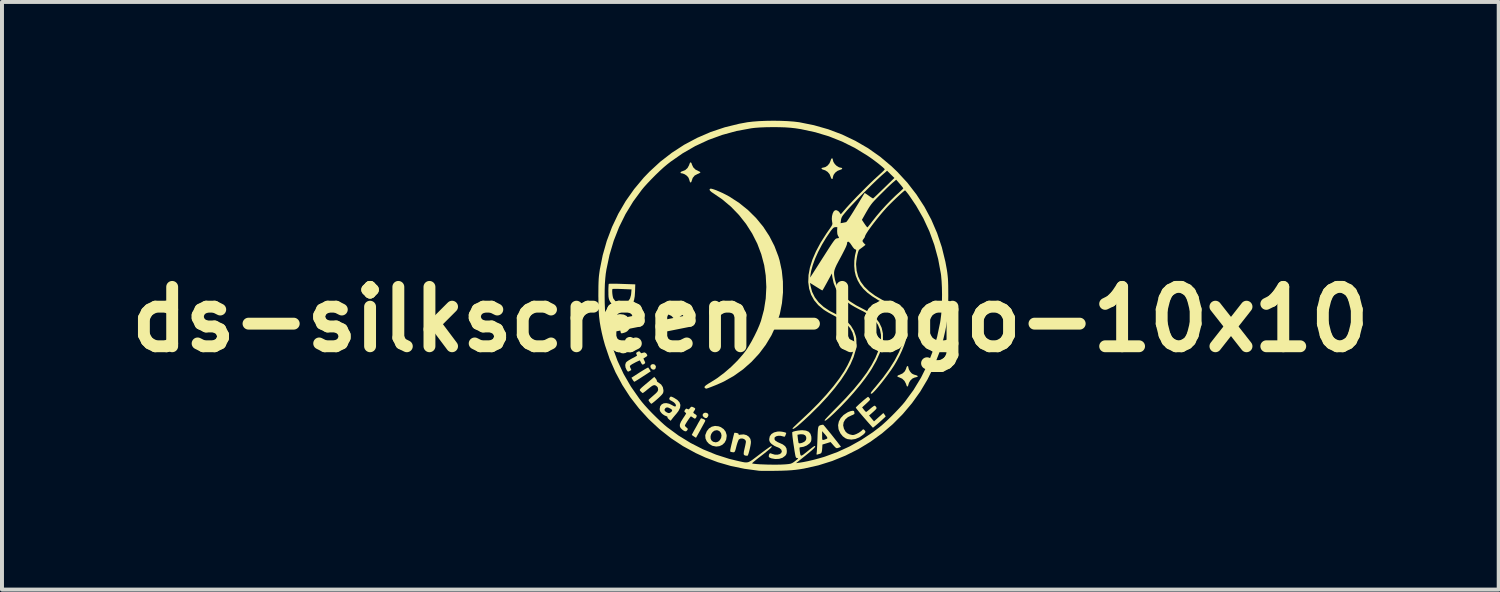
<source format=kicad_pcb>
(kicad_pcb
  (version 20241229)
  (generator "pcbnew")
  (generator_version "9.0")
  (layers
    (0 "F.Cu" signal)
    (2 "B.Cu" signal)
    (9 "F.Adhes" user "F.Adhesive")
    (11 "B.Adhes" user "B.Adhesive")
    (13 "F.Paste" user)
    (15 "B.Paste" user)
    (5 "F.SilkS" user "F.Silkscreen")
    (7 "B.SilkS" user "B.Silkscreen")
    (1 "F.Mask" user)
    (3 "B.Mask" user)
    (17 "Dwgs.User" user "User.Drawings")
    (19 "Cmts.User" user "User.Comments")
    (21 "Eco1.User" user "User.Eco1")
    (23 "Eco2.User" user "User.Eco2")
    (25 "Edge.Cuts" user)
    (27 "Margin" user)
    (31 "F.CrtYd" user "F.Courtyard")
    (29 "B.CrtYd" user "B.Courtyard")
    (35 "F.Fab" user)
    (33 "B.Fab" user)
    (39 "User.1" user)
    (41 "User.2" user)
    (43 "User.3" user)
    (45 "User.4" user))
  (footprint "ds-silkscreen-logo-10x10"
    (layer "F.Cu")
    (at 15.907 5.02)
    (property "Reference" "ds-silkscreen-logo-10x10" (at 0 0 0) (layer "F.SilkS") (effects (font (size 1.5 1.5) (thickness 0.3))))
    (attr board_only exclude_from_pos_files exclude_from_bom)
    (fp_poly (pts (xy -2.413 1.143) (xy -2.389 1.179) (xy -2.386 1.201) (xy -2.398 1.244) (xy -2.428 1.268) (xy -2.466 1.268) (xy -2.503 1.243) (xy -2.525 1.201) (xy -2.521 1.163) (xy -2.493 1.136) (xy -2.457 1.129)) (stroke (width 0) (type solid)) (fill yes) (layer "F.SilkS"))
    (fp_poly (pts (xy -1.11 2.359) (xy -1.07 2.381) (xy -1.058 2.417) (xy -1.074 2.46) (xy -1.102 2.49) (xy -1.134 2.493) (xy -1.174 2.472) (xy -1.202 2.439) (xy -1.204 2.403) (xy -1.185 2.374) (xy -1.149 2.357)) (stroke (width 0) (type solid)) (fill yes) (layer "F.SilkS"))
    (fp_poly (pts (xy -2.567 1.234) (xy -2.545 1.267) (xy -2.544 1.268) (xy -2.517 1.312) (xy -2.718 1.443) (xy -2.789 1.489) (xy -2.85 1.528) (xy -2.897 1.557) (xy -2.925 1.573) (xy -2.931 1.575) (xy -2.946 1.562) (xy -2.969 1.532) (xy -2.973 1.524) (xy -3.004 1.474) (xy -2.797 1.34) (xy -2.725 1.295) (xy -2.663 1.257) (xy -2.615 1.23) (xy -2.586 1.216) (xy -2.58 1.215)) (stroke (width 0) (type solid)) (fill yes) (layer "F.SilkS"))
    (fp_poly (pts (xy -1.23 2.5) (xy -1.196 2.513) (xy -1.184 2.518) (xy -1.149 2.537) (xy -1.138 2.554) (xy -1.145 2.577) (xy -1.147 2.581) (xy -1.169 2.622) (xy -1.199 2.677) (xy -1.234 2.741) (xy -1.27 2.808) (xy -1.306 2.872) (xy -1.337 2.927) (xy -1.36 2.968) (xy -1.372 2.989) (xy -1.373 2.99) (xy -1.387 2.982) (xy -1.417 2.963) (xy -1.427 2.956) (xy -1.46 2.934) (xy -1.478 2.919) (xy -1.479 2.917) (xy -1.472 2.902) (xy -1.452 2.865) (xy -1.424 2.812) (xy -1.389 2.75) (xy -1.352 2.684) (xy -1.317 2.619) (xy -1.285 2.564) (xy -1.261 2.522) (xy -1.248 2.5) (xy -1.246 2.498)) (stroke (width 0) (type solid)) (fill yes) (layer "F.SilkS"))
    (fp_poly (pts (xy -1.489 -3.952) (xy -1.474 -3.909) (xy -1.443 -3.843) (xy -1.388 -3.787) (xy -1.316 -3.75) (xy -1.28 -3.733) (xy -1.261 -3.717) (xy -1.261 -3.714) (xy -1.277 -3.7) (xy -1.313 -3.682) (xy -1.334 -3.674) (xy -1.407 -3.635) (xy -1.456 -3.575) (xy -1.477 -3.514) (xy -1.492 -3.471) (xy -1.509 -3.457) (xy -1.526 -3.473) (xy -1.535 -3.502) (xy -1.55 -3.551) (xy -1.569 -3.591) (xy -1.606 -3.631) (xy -1.657 -3.666) (xy -1.708 -3.687) (xy -1.73 -3.69) (xy -1.76 -3.697) (xy -1.765 -3.713) (xy -1.748 -3.732) (xy -1.712 -3.746) (xy -1.71 -3.747) (xy -1.642 -3.775) (xy -1.586 -3.827) (xy -1.548 -3.896) (xy -1.543 -3.911) (xy -1.526 -3.956) (xy -1.507 -3.97)) (stroke (width 0) (type solid)) (fill yes) (layer "F.SilkS"))
    (fp_poly (pts (xy 2.077 -4.065) (xy 2.084 -4.036) (xy 2.098 -3.981) (xy 2.134 -3.925) (xy 2.184 -3.876) (xy 2.241 -3.843) (xy 2.286 -3.833) (xy 2.316 -3.826) (xy 2.321 -3.81) (xy 2.303 -3.791) (xy 2.268 -3.779) (xy 2.202 -3.753) (xy 2.144 -3.708) (xy 2.102 -3.65) (xy 2.084 -3.588) (xy 2.084 -3.579) (xy 2.077 -3.551) (xy 2.061 -3.547) (xy 2.043 -3.565) (xy 2.029 -3.601) (xy 2.028 -3.605) (xy 2.002 -3.669) (xy 1.954 -3.726) (xy 1.893 -3.766) (xy 1.856 -3.778) (xy 1.818 -3.791) (xy 1.799 -3.809) (xy 1.8 -3.825) (xy 1.826 -3.833) (xy 1.83 -3.833) (xy 1.892 -3.848) (xy 1.951 -3.886) (xy 1.998 -3.942) (xy 2.027 -4.008) (xy 2.029 -4.018) (xy 2.043 -4.054) (xy 2.061 -4.071)) (stroke (width 0) (type solid)) (fill yes) (layer "F.SilkS"))
    (fp_poly (pts (xy 3.985 1.182) (xy 3.992 1.21) (xy 3.992 1.213) (xy 4.004 1.26) (xy 4.033 1.313) (xy 4.071 1.358) (xy 4.091 1.373) (xy 4.133 1.394) (xy 4.179 1.407) (xy 4.217 1.421) (xy 4.231 1.437) (xy 4.218 1.452) (xy 4.211 1.454) (xy 4.181 1.462) (xy 4.145 1.471) (xy 4.092 1.496) (xy 4.043 1.543) (xy 4.009 1.6) (xy 3.999 1.632) (xy 3.986 1.675) (xy 3.971 1.697) (xy 3.957 1.692) (xy 3.956 1.69) (xy 3.946 1.668) (xy 3.933 1.629) (xy 3.93 1.621) (xy 3.893 1.552) (xy 3.835 1.497) (xy 3.771 1.468) (xy 3.726 1.451) (xy 3.712 1.433) (xy 3.731 1.414) (xy 3.771 1.399) (xy 3.844 1.366) (xy 3.901 1.313) (xy 3.934 1.248) (xy 3.937 1.235) (xy 3.95 1.197) (xy 3.968 1.178)) (stroke (width 0) (type solid)) (fill yes) (layer "F.SilkS"))
    (fp_poly (pts (xy -0.804 2.7) (xy -0.754 2.718) (xy -0.676 2.769) (xy -0.624 2.837) (xy -0.599 2.919) (xy -0.598 2.95) (xy -0.611 3.039) (xy -0.65 3.113) (xy -0.708 3.168) (xy -0.781 3.202) (xy -0.864 3.212) (xy -0.953 3.194) (xy -0.97 3.187) (xy -1.045 3.142) (xy -1.101 3.08) (xy -1.133 3.009) (xy -1.138 2.949) (xy -1.005 2.949) (xy -1.004 3.005) (xy -0.985 3.053) (xy -0.944 3.089) (xy -0.936 3.092) (xy -0.872 3.106) (xy -0.815 3.089) (xy -0.771 3.051) (xy -0.738 2.993) (xy -0.728 2.932) (xy -0.74 2.876) (xy -0.771 2.831) (xy -0.818 2.804) (xy -0.853 2.799) (xy -0.91 2.812) (xy -0.955 2.846) (xy -0.988 2.894) (xy -1.005 2.949) (xy -1.138 2.949) (xy -1.139 2.935) (xy -1.136 2.915) (xy -1.1 2.824) (xy -1.045 2.755) (xy -0.975 2.71) (xy -0.893 2.691)) (stroke (width 0) (type solid)) (fill yes) (layer "F.SilkS"))
    (fp_poly (pts (xy -1.864 -0.4) (xy -1.846 -0.364) (xy -1.843 -0.35) (xy -1.822 -0.302) (xy -1.785 -0.253) (xy -1.739 -0.214) (xy -1.694 -0.193) (xy -1.68 -0.191) (xy -1.649 -0.184) (xy -1.623 -0.167) (xy -1.611 -0.149) (xy -1.618 -0.139) (xy -1.641 -0.131) (xy -1.68 -0.122) (xy -1.687 -0.121) (xy -1.75 -0.095) (xy -1.803 -0.046) (xy -1.837 0.016) (xy -1.843 0.042) (xy -1.856 0.083) (xy -1.873 0.106) (xy -1.89 0.108) (xy -1.899 0.093) (xy -1.907 0.062) (xy -1.916 0.024) (xy -1.945 -0.039) (xy -1.996 -0.09) (xy -2.059 -0.119) (xy -2.071 -0.122) (xy -2.113 -0.132) (xy -2.139 -0.144) (xy -2.142 -0.147) (xy -2.139 -0.167) (xy -2.114 -0.183) (xy -2.073 -0.191) (xy -2.07 -0.191) (xy -2.028 -0.204) (xy -1.983 -0.238) (xy -1.943 -0.284) (xy -1.916 -0.332) (xy -1.909 -0.365) (xy -1.901 -0.402) (xy -1.884 -0.413)) (stroke (width 0) (type solid)) (fill yes) (layer "F.SilkS"))
    (fp_poly (pts (xy 2.616 2.313) (xy 2.624 2.329) (xy 2.63 2.365) (xy 2.632 2.373) (xy 2.624 2.392) (xy 2.584 2.414) (xy 2.561 2.422) (xy 2.466 2.468) (xy 2.398 2.528) (xy 2.357 2.598) (xy 2.345 2.676) (xy 2.364 2.76) (xy 2.404 2.833) (xy 2.448 2.875) (xy 2.51 2.905) (xy 2.576 2.92) (xy 2.615 2.918) (xy 2.675 2.897) (xy 2.741 2.863) (xy 2.799 2.822) (xy 2.822 2.801) (xy 2.845 2.778) (xy 2.863 2.779) (xy 2.881 2.794) (xy 2.905 2.822) (xy 2.906 2.85) (xy 2.882 2.883) (xy 2.852 2.911) (xy 2.756 2.979) (xy 2.655 3.021) (xy 2.553 3.036) (xy 2.456 3.024) (xy 2.405 3.004) (xy 2.336 2.954) (xy 2.277 2.881) (xy 2.235 2.794) (xy 2.227 2.768) (xy 2.217 2.672) (xy 2.236 2.579) (xy 2.283 2.492) (xy 2.356 2.414) (xy 2.453 2.35) (xy 2.477 2.338) (xy 2.536 2.316) (xy 2.584 2.307)) (stroke (width 0) (type solid)) (fill yes) (layer "F.SilkS"))
    (fp_poly (pts (xy -2.963 0.467) (xy -2.914 0.516) (xy -2.879 0.583) (xy -2.863 0.659) (xy -2.863 0.673) (xy -2.865 0.712) (xy -2.877 0.728) (xy -2.906 0.732) (xy -2.908 0.732) (xy -2.938 0.728) (xy -2.953 0.713) (xy -2.962 0.676) (xy -2.963 0.666) (xy -2.979 0.603) (xy -3.003 0.568) (xy -3.029 0.561) (xy -3.052 0.582) (xy -3.067 0.63) (xy -3.07 0.671) (xy -3.079 0.755) (xy -3.107 0.814) (xy -3.154 0.848) (xy -3.214 0.858) (xy -3.268 0.849) (xy -3.312 0.815) (xy -3.362 0.745) (xy -3.395 0.663) (xy -3.404 0.597) (xy -3.401 0.559) (xy -3.388 0.544) (xy -3.354 0.541) (xy -3.352 0.541) (xy -3.318 0.543) (xy -3.303 0.557) (xy -3.298 0.591) (xy -3.298 0.601) (xy -3.289 0.668) (xy -3.267 0.711) (xy -3.235 0.729) (xy -3.224 0.729) (xy -3.204 0.722) (xy -3.191 0.703) (xy -3.184 0.664) (xy -3.18 0.628) (xy -3.172 0.57) (xy -3.16 0.52) (xy -3.151 0.497) (xy -3.119 0.465) (xy -3.07 0.445) (xy -3.022 0.443)) (stroke (width 0) (type solid)) (fill yes) (layer "F.SilkS"))
    (fp_poly (pts (xy -3.445 -0.902) (xy -3.361 -0.901) (xy -3.264 -0.898) (xy -3.237 -0.897) (xy -2.907 -0.886) (xy -2.913 -0.701) (xy -2.921 -0.583) (xy -2.938 -0.491) (xy -2.965 -0.42) (xy -3.004 -0.365) (xy -3.055 -0.324) (xy -3.127 -0.291) (xy -3.215 -0.276) (xy -3.303 -0.278) (xy -3.363 -0.293) (xy -3.442 -0.331) (xy -3.5 -0.382) (xy -3.547 -0.455) (xy -3.565 -0.493) (xy -3.576 -0.529) (xy -3.583 -0.572) (xy -3.586 -0.63) (xy -3.586 -0.701) (xy -3.49 -0.701) (xy -3.486 -0.646) (xy -3.478 -0.59) (xy -3.467 -0.544) (xy -3.46 -0.527) (xy -3.411 -0.464) (xy -3.344 -0.424) (xy -3.263 -0.408) (xy -3.174 -0.418) (xy -3.129 -0.432) (xy -3.078 -0.469) (xy -3.039 -0.531) (xy -3.015 -0.616) (xy -3.01 -0.659) (xy -3.002 -0.758) (xy -3.238 -0.768) (xy -3.322 -0.771) (xy -3.393 -0.772) (xy -3.447 -0.772) (xy -3.478 -0.77) (xy -3.483 -0.769) (xy -3.489 -0.745) (xy -3.49 -0.701) (xy -3.586 -0.701) (xy -3.587 -0.71) (xy -3.586 -0.782) (xy -3.583 -0.842) (xy -3.58 -0.883) (xy -3.576 -0.898) (xy -3.558 -0.901) (xy -3.513 -0.902)) (stroke (width 0) (type solid)) (fill yes) (layer "F.SilkS"))
    (fp_poly (pts (xy -1.451 2.215) (xy -1.408 2.236) (xy -1.392 2.256) (xy -1.401 2.284) (xy -1.416 2.307) (xy -1.437 2.338) (xy -1.44 2.359) (xy -1.422 2.377) (xy -1.38 2.403) (xy -1.355 2.428) (xy -1.36 2.463) (xy -1.375 2.487) (xy -1.392 2.505) (xy -1.408 2.506) (xy -1.437 2.489) (xy -1.445 2.483) (xy -1.478 2.461) (xy -1.499 2.45) (xy -1.501 2.449) (xy -1.515 2.462) (xy -1.539 2.494) (xy -1.57 2.538) (xy -1.602 2.587) (xy -1.63 2.633) (xy -1.649 2.667) (xy -1.654 2.682) (xy -1.642 2.704) (xy -1.614 2.73) (xy -1.612 2.732) (xy -1.585 2.755) (xy -1.581 2.775) (xy -1.592 2.796) (xy -1.618 2.824) (xy -1.649 2.827) (xy -1.691 2.806) (xy -1.722 2.782) (xy -1.763 2.741) (xy -1.782 2.697) (xy -1.779 2.647) (xy -1.753 2.585) (xy -1.705 2.507) (xy -1.702 2.502) (xy -1.666 2.449) (xy -1.639 2.406) (xy -1.624 2.38) (xy -1.622 2.375) (xy -1.634 2.359) (xy -1.649 2.346) (xy -1.666 2.33) (xy -1.665 2.312) (xy -1.649 2.284) (xy -1.627 2.257) (xy -1.607 2.254) (xy -1.589 2.263) (xy -1.564 2.273) (xy -1.544 2.263) (xy -1.525 2.239) (xy -1.5 2.211) (xy -1.477 2.205)) (stroke (width 0) (type solid)) (fill yes) (layer "F.SilkS"))
    (fp_poly (pts (xy -2.389 1.497) (xy -2.367 1.53) (xy -2.36 1.555) (xy -2.361 1.557) (xy -2.354 1.573) (xy -2.326 1.593) (xy -2.315 1.599) (xy -2.253 1.645) (xy -2.211 1.711) (xy -2.195 1.79) (xy -2.195 1.796) (xy -2.198 1.836) (xy -2.21 1.868) (xy -2.237 1.903) (xy -2.27 1.937) (xy -2.318 1.983) (xy -2.371 2.03) (xy -2.421 2.073) (xy -2.464 2.107) (xy -2.493 2.128) (xy -2.502 2.131) (xy -2.517 2.12) (xy -2.541 2.093) (xy -2.544 2.089) (xy -2.565 2.057) (xy -2.573 2.037) (xy -2.573 2.036) (xy -2.56 2.022) (xy -2.528 1.992) (xy -2.483 1.952) (xy -2.449 1.922) (xy -2.393 1.873) (xy -2.358 1.837) (xy -2.339 1.809) (xy -2.331 1.783) (xy -2.33 1.766) (xy -2.34 1.716) (xy -2.372 1.682) (xy -2.401 1.665) (xy -2.43 1.66) (xy -2.465 1.671) (xy -2.509 1.699) (xy -2.57 1.747) (xy -2.594 1.766) (xy -2.644 1.808) (xy -2.686 1.84) (xy -2.713 1.858) (xy -2.718 1.861) (xy -2.736 1.85) (xy -2.764 1.825) (xy -2.768 1.821) (xy -2.783 1.805) (xy -2.792 1.792) (xy -2.793 1.778) (xy -2.782 1.76) (xy -2.758 1.734) (xy -2.717 1.697) (xy -2.657 1.646) (xy -2.585 1.586) (xy -2.427 1.452)) (stroke (width 0) (type solid)) (fill yes) (layer "F.SilkS"))
    (fp_poly (pts (xy 0.776 2.834) (xy 0.827 2.842) (xy 0.872 2.853) (xy 0.901 2.864) (xy 0.907 2.87) (xy 0.902 2.886) (xy 0.891 2.92) (xy 0.889 2.923) (xy 0.875 2.956) (xy 0.857 2.964) (xy 0.831 2.957) (xy 0.767 2.941) (xy 0.704 2.94) (xy 0.652 2.953) (xy 0.618 2.978) (xy 0.612 2.99) (xy 0.611 3.031) (xy 0.637 3.068) (xy 0.692 3.101) (xy 0.732 3.118) (xy 0.82 3.158) (xy 0.879 3.203) (xy 0.912 3.257) (xy 0.922 3.323) (xy 0.922 3.324) (xy 0.918 3.379) (xy 0.901 3.42) (xy 0.878 3.448) (xy 0.812 3.496) (xy 0.727 3.523) (xy 0.629 3.527) (xy 0.536 3.511) (xy 0.485 3.491) (xy 0.464 3.462) (xy 0.471 3.42) (xy 0.474 3.411) (xy 0.488 3.387) (xy 0.504 3.381) (xy 0.536 3.391) (xy 0.548 3.396) (xy 0.616 3.416) (xy 0.682 3.418) (xy 0.738 3.405) (xy 0.778 3.378) (xy 0.795 3.339) (xy 0.795 3.334) (xy 0.782 3.291) (xy 0.741 3.254) (xy 0.67 3.222) (xy 0.662 3.219) (xy 0.603 3.192) (xy 0.547 3.154) (xy 0.532 3.142) (xy 0.496 3.102) (xy 0.48 3.063) (xy 0.477 3.026) (xy 0.491 2.954) (xy 0.532 2.896) (xy 0.596 2.856) (xy 0.68 2.834) (xy 0.729 2.831)) (stroke (width 0) (type solid)) (fill yes) (layer "F.SilkS"))
    (fp_poly (pts (xy -2.797 0.809) (xy -2.781 0.829) (xy -2.761 0.851) (xy -2.738 0.851) (xy -2.716 0.842) (xy -2.672 0.833) (xy -2.635 0.853) (xy -2.608 0.892) (xy -2.603 0.914) (xy -2.62 0.935) (xy -2.648 0.954) (xy -2.702 0.988) (xy -2.676 1.044) (xy -2.659 1.081) (xy -2.658 1.102) (xy -2.673 1.118) (xy -2.679 1.123) (xy -2.711 1.141) (xy -2.732 1.138) (xy -2.753 1.109) (xy -2.761 1.093) (xy -2.779 1.058) (xy -2.791 1.038) (xy -2.792 1.037) (xy -2.807 1.04) (xy -2.842 1.056) (xy -2.889 1.078) (xy -2.939 1.105) (xy -2.985 1.13) (xy -3.017 1.151) (xy -3.025 1.157) (xy -3.042 1.176) (xy -3.042 1.198) (xy -3.028 1.228) (xy -3.013 1.261) (xy -3.008 1.279) (xy -3.009 1.28) (xy -3.028 1.291) (xy -3.058 1.307) (xy -3.084 1.318) (xy -3.091 1.32) (xy -3.103 1.308) (xy -3.124 1.28) (xy -3.125 1.279) (xy -3.154 1.214) (xy -3.161 1.149) (xy -3.145 1.094) (xy -3.143 1.09) (xy -3.117 1.064) (xy -3.07 1.032) (xy -3.012 0.998) (xy -2.99 0.986) (xy -2.933 0.957) (xy -2.89 0.932) (xy -2.866 0.917) (xy -2.863 0.913) (xy -2.87 0.894) (xy -2.879 0.874) (xy -2.885 0.851) (xy -2.87 0.832) (xy -2.849 0.82) (xy -2.816 0.805)) (stroke (width 0) (type solid)) (fill yes) (layer "F.SilkS"))
    (fp_poly (pts (xy -1.972 1.96) (xy -1.928 1.981) (xy -1.844 2.034) (xy -1.79 2.094) (xy -1.767 2.16) (xy -1.776 2.233) (xy -1.815 2.313) (xy -1.865 2.379) (xy -1.91 2.431) (xy -1.95 2.479) (xy -1.978 2.515) (xy -1.981 2.518) (xy -2.012 2.561) (xy -2.058 2.524) (xy -2.086 2.495) (xy -2.095 2.473) (xy -2.094 2.469) (xy -2.099 2.454) (xy -2.131 2.441) (xy -2.132 2.441) (xy -2.173 2.423) (xy -2.219 2.391) (xy -2.236 2.376) (xy -2.272 2.333) (xy -2.288 2.292) (xy -2.289 2.279) (xy -2.169 2.279) (xy -2.159 2.314) (xy -2.117 2.346) (xy -2.075 2.365) (xy -2.045 2.366) (xy -2.011 2.347) (xy -2.008 2.345) (xy -1.977 2.314) (xy -1.978 2.286) (xy -2.005 2.262) (xy -2.063 2.231) (xy -2.104 2.222) (xy -2.137 2.234) (xy -2.147 2.243) (xy -2.169 2.279) (xy -2.289 2.279) (xy -2.29 2.26) (xy -2.278 2.195) (xy -2.242 2.148) (xy -2.19 2.12) (xy -2.124 2.114) (xy -2.05 2.13) (xy -1.981 2.164) (xy -1.929 2.193) (xy -1.897 2.201) (xy -1.888 2.196) (xy -1.879 2.168) (xy -1.895 2.133) (xy -1.93 2.096) (xy -1.98 2.064) (xy -2.028 2.038) (xy -2.048 2.014) (xy -2.045 1.988) (xy -2.032 1.967) (xy -2.018 1.953) (xy -2.001 1.95)) (stroke (width 0) (type solid)) (fill yes) (layer "F.SilkS"))
    (fp_poly (pts (xy -0.351 2.868) (xy -0.343 2.869) (xy -0.305 2.882) (xy -0.295 2.9) (xy -0.296 2.902) (xy -0.296 2.915) (xy -0.275 2.916) (xy -0.248 2.911) (xy -0.167 2.905) (xy -0.095 2.924) (xy -0.037 2.964) (xy 0.002 3.02) (xy 0.015 3.09) (xy 0.012 3.135) (xy 0.002 3.195) (xy -0.012 3.262) (xy -0.028 3.327) (xy -0.044 3.384) (xy -0.059 3.426) (xy -0.071 3.444) (xy -0.072 3.444) (xy -0.099 3.443) (xy -0.124 3.44) (xy -0.15 3.431) (xy -0.165 3.414) (xy -0.168 3.383) (xy -0.162 3.333) (xy -0.145 3.257) (xy -0.144 3.253) (xy -0.129 3.188) (xy -0.118 3.132) (xy -0.112 3.095) (xy -0.111 3.087) (xy -0.125 3.049) (xy -0.16 3.021) (xy -0.205 3.008) (xy -0.252 3.011) (xy -0.291 3.034) (xy -0.291 3.034) (xy -0.305 3.061) (xy -0.324 3.111) (xy -0.344 3.175) (xy -0.354 3.213) (xy -0.372 3.283) (xy -0.387 3.327) (xy -0.402 3.351) (xy -0.424 3.358) (xy -0.456 3.354) (xy -0.487 3.348) (xy -0.499 3.344) (xy -0.507 3.337) (xy -0.509 3.32) (xy -0.506 3.29) (xy -0.496 3.242) (xy -0.48 3.171) (xy -0.464 3.106) (xy -0.445 3.024) (xy -0.428 2.954) (xy -0.414 2.9) (xy -0.406 2.87) (xy -0.404 2.865) (xy -0.387 2.864)) (stroke (width 0) (type solid)) (fill yes) (layer "F.SilkS"))
    (fp_poly (pts (xy -3.196 -0.122) (xy -3.125 -0.086) (xy -3.07 -0.023) (xy -3.058 -0.000242) (xy -3.028 0.087) (xy -3.027 0.169) (xy -3.057 0.242) (xy -3.111 0.3) (xy -3.146 0.321) (xy -3.191 0.338) (xy -3.234 0.349) (xy -3.264 0.35) (xy -3.269 0.347) (xy -3.274 0.33) (xy -3.284 0.288) (xy -3.297 0.228) (xy -3.307 0.176) (xy -3.321 0.107) (xy -3.333 0.051) (xy -3.343 0.015) (xy -3.346 0.006) (xy -3.239 0.006) (xy -3.234 0.044) (xy -3.226 0.093) (xy -3.216 0.142) (xy -3.206 0.182) (xy -3.204 0.188) (xy -3.188 0.204) (xy -3.164 0.194) (xy -3.137 0.161) (xy -3.134 0.156) (xy -3.12 0.12) (xy -3.126 0.083) (xy -3.131 0.068) (xy -3.152 0.036) (xy -3.183 0.008) (xy -3.215 -0.011) (xy -3.237 -0.012) (xy -3.239 -0.011) (xy -3.239 0.006) (xy -3.346 0.006) (xy -3.347 0.004) (xy -3.361 0.009) (xy -3.388 0.031) (xy -3.395 0.037) (xy -3.428 0.092) (xy -3.435 0.162) (xy -3.414 0.242) (xy -3.412 0.249) (xy -3.394 0.294) (xy -3.391 0.319) (xy -3.403 0.335) (xy -3.428 0.347) (xy -3.454 0.357) (xy -3.471 0.35) (xy -3.487 0.324) (xy -3.499 0.298) (xy -3.534 0.19) (xy -3.539 0.093) (xy -3.515 0.006) (xy -3.512 0.000364) (xy -3.462 -0.07) (xy -3.395 -0.113) (xy -3.31 -0.132) (xy -3.286 -0.133)) (stroke (width 0) (type solid)) (fill yes) (layer "F.SilkS"))
    (fp_poly (pts (xy 1.842 2.662) (xy 1.857 2.677) (xy 1.887 2.712) (xy 1.929 2.763) (xy 1.98 2.825) (xy 2.036 2.893) (xy 2.093 2.965) (xy 2.149 3.036) (xy 2.2 3.1) (xy 2.242 3.155) (xy 2.273 3.195) (xy 2.287 3.216) (xy 2.288 3.219) (xy 2.271 3.227) (xy 2.235 3.24) (xy 2.227 3.243) (xy 2.197 3.252) (xy 2.174 3.251) (xy 2.152 3.237) (xy 2.12 3.204) (xy 2.099 3.18) (xy 2.027 3.098) (xy 1.924 3.13) (xy 1.821 3.161) (xy 1.817 3.239) (xy 1.811 3.309) (xy 1.802 3.354) (xy 1.788 3.379) (xy 1.765 3.392) (xy 1.759 3.394) (xy 1.717 3.406) (xy 1.694 3.414) (xy 1.675 3.416) (xy 1.672 3.399) (xy 1.675 3.378) (xy 1.679 3.347) (xy 1.683 3.291) (xy 1.687 3.215) (xy 1.691 3.127) (xy 1.694 3.054) (xy 1.696 3.001) (xy 1.814 3.001) (xy 1.818 3.035) (xy 1.833 3.047) (xy 1.865 3.041) (xy 1.92 3.02) (xy 1.921 3.02) (xy 1.942 3.009) (xy 1.946 2.992) (xy 1.934 2.965) (xy 1.902 2.924) (xy 1.87 2.887) (xy 1.814 2.823) (xy 1.814 2.939) (xy 1.814 3.001) (xy 1.696 3.001) (xy 1.698 2.938) (xy 1.702 2.85) (xy 1.707 2.785) (xy 1.713 2.74) (xy 1.721 2.711) (xy 1.733 2.692) (xy 1.749 2.681) (xy 1.77 2.673) (xy 1.774 2.672) (xy 1.814 2.662) (xy 1.84 2.661)) (stroke (width 0) (type solid)) (fill yes) (layer "F.SilkS"))
    (fp_poly (pts (xy 2.991 1.968) (xy 3.011 1.992) (xy 3.022 2.01) (xy 3.023 2.026) (xy 3.01 2.047) (xy 2.981 2.077) (xy 2.932 2.123) (xy 2.93 2.125) (xy 2.824 2.222) (xy 2.868 2.28) (xy 2.897 2.315) (xy 2.919 2.335) (xy 2.925 2.338) (xy 2.942 2.328) (xy 2.976 2.302) (xy 3.02 2.266) (xy 3.028 2.258) (xy 3.074 2.22) (xy 3.113 2.192) (xy 3.136 2.179) (xy 3.138 2.179) (xy 3.16 2.191) (xy 3.179 2.214) (xy 3.188 2.232) (xy 3.187 2.25) (xy 3.171 2.272) (xy 3.138 2.305) (xy 3.101 2.339) (xy 3 2.428) (xy 3.062 2.502) (xy 3.124 2.576) (xy 3.164 2.54) (xy 3.198 2.51) (xy 3.244 2.468) (xy 3.283 2.434) (xy 3.36 2.365) (xy 3.39 2.403) (xy 3.41 2.433) (xy 3.419 2.451) (xy 3.408 2.464) (xy 3.378 2.492) (xy 3.335 2.532) (xy 3.284 2.578) (xy 3.23 2.626) (xy 3.179 2.67) (xy 3.136 2.706) (xy 3.107 2.729) (xy 3.097 2.736) (xy 3.085 2.724) (xy 3.056 2.692) (xy 3.012 2.643) (xy 2.957 2.581) (xy 2.894 2.508) (xy 2.877 2.489) (xy 2.813 2.414) (xy 2.756 2.347) (xy 2.711 2.291) (xy 2.679 2.251) (xy 2.665 2.23) (xy 2.664 2.228) (xy 2.675 2.213) (xy 2.706 2.183) (xy 2.749 2.142) (xy 2.801 2.096) (xy 2.854 2.049) (xy 2.903 2.008) (xy 2.944 1.976) (xy 2.969 1.958) (xy 2.974 1.956)) (stroke (width 0) (type solid)) (fill yes) (layer "F.SilkS"))
    (fp_poly (pts (xy -0.98 -3.302) (xy -0.929 -3.287) (xy -0.861 -3.263) (xy -0.781 -3.229) (xy -0.695 -3.19) (xy -0.608 -3.146) (xy -0.525 -3.101) (xy -0.524 -3.1) (xy -0.281 -2.942) (xy -0.057 -2.761) (xy 0.146 -2.56) (xy 0.326 -2.341) (xy 0.48 -2.105) (xy 0.608 -1.856) (xy 0.708 -1.594) (xy 0.739 -1.491) (xy 0.795 -1.229) (xy 0.823 -0.957) (xy 0.825 -0.681) (xy 0.799 -0.409) (xy 0.747 -0.145) (xy 0.739 -0.116) (xy 0.651 0.148) (xy 0.534 0.401) (xy 0.39 0.641) (xy 0.221 0.866) (xy 0.029 1.073) (xy -0.184 1.261) (xy -0.416 1.426) (xy -0.665 1.567) (xy -0.724 1.595) (xy -0.795 1.626) (xy -0.871 1.659) (xy -0.947 1.689) (xy -1.016 1.716) (xy -1.072 1.737) (xy -1.109 1.748) (xy -1.119 1.749) (xy -1.132 1.742) (xy -1.145 1.734) (xy -1.16 1.715) (xy -1.15 1.69) (xy -1.114 1.658) (xy -1.051 1.617) (xy -1.021 1.6) (xy -0.842 1.487) (xy -0.661 1.351) (xy -0.486 1.2) (xy -0.324 1.04) (xy -0.181 0.876) (xy -0.107 0.779) (xy -0.04 0.676) (xy 0.032 0.553) (xy 0.103 0.418) (xy 0.17 0.281) (xy 0.226 0.151) (xy 0.269 0.037) (xy 0.269 0.036) (xy 0.344 -0.242) (xy 0.389 -0.529) (xy 0.404 -0.819) (xy 0.389 -1.109) (xy 0.35 -1.369) (xy 0.277 -1.645) (xy 0.176 -1.913) (xy 0.046 -2.17) (xy -0.109 -2.413) (xy -0.288 -2.639) (xy -0.489 -2.847) (xy -0.711 -3.034) (xy -0.913 -3.172) (xy -0.981 -3.218) (xy -1.02 -3.254) (xy -1.032 -3.28) (xy -1.018 -3.298) (xy -1.008 -3.303)) (stroke (width 0) (type solid)) (fill yes) (layer "F.SilkS"))
    (fp_poly (pts (xy 0.766 -5.017) (xy 0.941 -5.01) (xy 1.1 -4.998) (xy 1.233 -4.982) (xy 1.606 -4.907) (xy 1.968 -4.804) (xy 2.318 -4.672) (xy 2.653 -4.512) (xy 2.974 -4.326) (xy 3.278 -4.112) (xy 3.564 -3.872) (xy 3.713 -3.729) (xy 3.967 -3.454) (xy 4.195 -3.159) (xy 4.397 -2.848) (xy 4.572 -2.521) (xy 4.719 -2.179) (xy 4.838 -1.823) (xy 4.928 -1.456) (xy 4.966 -1.249) (xy 4.977 -1.173) (xy 4.985 -1.102) (xy 4.992 -1.029) (xy 4.996 -0.949) (xy 4.999 -0.856) (xy 5 -0.744) (xy 5.001 -0.606) (xy 5.001 -0.596) (xy 4.999 -0.41) (xy 4.994 -0.248) (xy 4.985 -0.103) (xy 4.97 0.033) (xy 4.949 0.166) (xy 4.921 0.305) (xy 4.886 0.456) (xy 4.877 0.493) (xy 4.771 0.848) (xy 4.638 1.188) (xy 4.477 1.514) (xy 4.292 1.825) (xy 4.083 2.117) (xy 3.852 2.391) (xy 3.599 2.646) (xy 3.327 2.879) (xy 3.036 3.09) (xy 2.728 3.278) (xy 2.405 3.44) (xy 2.068 3.577) (xy 1.718 3.687) (xy 1.356 3.768) (xy 1.241 3.787) (xy 1.143 3.8) (xy 1.041 3.81) (xy 0.927 3.817) (xy 0.795 3.822) (xy 0.652 3.825) (xy 0.542 3.826) (xy 0.44 3.826) (xy 0.349 3.826) (xy 0.277 3.826) (xy 0.229 3.824) (xy 0.215 3.823) (xy -0.148 3.774) (xy -0.491 3.703) (xy -0.82 3.608) (xy -1.138 3.488) (xy -1.377 3.378) (xy -1.702 3.201) (xy -2.009 2.998) (xy -2.297 2.771) (xy -2.565 2.522) (xy -2.811 2.252) (xy -3.035 1.964) (xy -3.234 1.657) (xy -3.407 1.335) (xy -3.554 0.999) (xy -3.672 0.651) (xy -3.716 0.493) (xy -3.753 0.338) (xy -3.782 0.197) (xy -3.805 0.063) (xy -3.821 -0.072) (xy -3.831 -0.214) (xy -3.837 -0.371) (xy -3.839 -0.552) (xy -3.84 -0.579) (xy -3.681 -0.579) (xy -3.679 -0.417) (xy -3.673 -0.264) (xy -3.663 -0.129) (xy -3.653 -0.04) (xy -3.583 0.335) (xy -3.484 0.696) (xy -3.357 1.044) (xy -3.202 1.377) (xy -3.018 1.696) (xy -2.806 2) (xy -2.741 2.084) (xy -2.669 2.169) (xy -2.579 2.268) (xy -2.477 2.374) (xy -2.37 2.48) (xy -2.265 2.58) (xy -2.168 2.668) (xy -2.099 2.725) (xy -1.813 2.935) (xy -1.51 3.121) (xy -1.193 3.283) (xy -0.865 3.417) (xy -0.533 3.523) (xy -0.348 3.568) (xy -0.256 3.589) (xy -0.186 3.604) (xy -0.132 3.613) (xy -0.087 3.613) (xy -0.046 3.604) (xy -0.003 3.583) (xy 0.048 3.55) (xy 0.111 3.503) (xy 0.194 3.44) (xy 0.223 3.418) (xy 0.322 3.343) (xy 0.398 3.287) (xy 0.455 3.246) (xy 0.495 3.219) (xy 0.52 3.205) (xy 0.534 3.201) (xy 0.539 3.207) (xy 0.539 3.219) (xy 0.538 3.222) (xy 0.524 3.24) (xy 0.489 3.274) (xy 0.435 3.319) (xy 0.368 3.374) (xy 0.292 3.433) (xy 0.28 3.442) (xy 0.204 3.5) (xy 0.139 3.552) (xy 0.088 3.594) (xy 0.055 3.623) (xy 0.043 3.637) (xy 0.043 3.638) (xy 0.085 3.646) (xy 0.152 3.654) (xy 0.24 3.66) (xy 0.343 3.664) (xy 0.455 3.668) (xy 0.569 3.669) (xy 0.682 3.669) (xy 0.785 3.667) (xy 0.875 3.662) (xy 0.907 3.66) (xy 0.975 3.653) (xy 1.022 3.644) (xy 1.06 3.628) (xy 1.1 3.603) (xy 1.133 3.577) (xy 1.179 3.541) (xy 1.202 3.52) (xy 1.206 3.508) (xy 1.192 3.503) (xy 1.186 3.502) (xy 1.172 3.5) (xy 1.162 3.497) (xy 1.153 3.488) (xy 1.145 3.469) (xy 1.137 3.437) (xy 1.128 3.388) (xy 1.116 3.318) (xy 1.102 3.223) (xy 1.088 3.136) (xy 1.076 3.045) (xy 1.066 2.966) (xy 1.061 2.914) (xy 1.19 2.914) (xy 1.201 3.012) (xy 1.208 3.065) (xy 1.216 3.106) (xy 1.22 3.123) (xy 1.241 3.131) (xy 1.28 3.126) (xy 1.325 3.111) (xy 1.365 3.09) (xy 1.368 3.088) (xy 1.405 3.048) (xy 1.414 3) (xy 1.409 2.964) (xy 1.384 2.926) (xy 1.336 2.904) (xy 1.272 2.901) (xy 1.252 2.903) (xy 1.19 2.914) (xy 1.061 2.914) (xy 1.06 2.903) (xy 1.058 2.862) (xy 1.06 2.848) (xy 1.09 2.833) (xy 1.143 2.819) (xy 1.207 2.808) (xy 1.274 2.801) (xy 1.312 2.799) (xy 1.405 2.809) (xy 1.474 2.838) (xy 1.518 2.888) (xy 1.54 2.958) (xy 1.543 3.001) (xy 1.54 3.055) (xy 1.528 3.091) (xy 1.501 3.126) (xy 1.49 3.137) (xy 1.425 3.185) (xy 1.346 3.217) (xy 1.273 3.229) (xy 1.253 3.231) (xy 1.243 3.242) (xy 1.243 3.27) (xy 1.248 3.319) (xy 1.256 3.38) (xy 1.265 3.42) (xy 1.278 3.44) (xy 1.301 3.439) (xy 1.337 3.417) (xy 1.39 3.375) (xy 1.445 3.331) (xy 1.507 3.281) (xy 1.56 3.24) (xy 1.6 3.211) (xy 1.622 3.197) (xy 1.624 3.197) (xy 1.64 3.204) (xy 1.633 3.225) (xy 1.603 3.26) (xy 1.548 3.312) (xy 1.468 3.379) (xy 1.396 3.438) (xy 1.154 3.631) (xy 1.241 3.62) (xy 1.339 3.604) (xy 1.459 3.58) (xy 1.59 3.549) (xy 1.725 3.513) (xy 1.854 3.476) (xy 1.89 3.464) (xy 2.201 3.35) (xy 2.509 3.208) (xy 2.808 3.041) (xy 3.093 2.852) (xy 3.26 2.725) (xy 3.346 2.653) (xy 3.445 2.563) (xy 3.551 2.461) (xy 3.657 2.354) (xy 3.757 2.249) (xy 3.845 2.152) (xy 3.902 2.084) (xy 4.122 1.784) (xy 4.313 1.469) (xy 4.477 1.14) (xy 4.612 0.796) (xy 4.719 0.44) (xy 4.796 0.073) (xy 4.805 0.014) (xy 4.822 -0.123) (xy 4.834 -0.282) (xy 4.841 -0.454) (xy 4.843 -0.631) (xy 4.84 -0.804) (xy 4.832 -0.966) (xy 4.82 -1.108) (xy 4.814 -1.153) (xy 4.745 -1.526) (xy 4.648 -1.883) (xy 4.523 -2.226) (xy 4.37 -2.556) (xy 4.188 -2.874) (xy 4.01 -3.137) (xy 3.97 -3.19) (xy 3.937 -3.231) (xy 3.914 -3.256) (xy 3.908 -3.26) (xy 3.89 -3.25) (xy 3.854 -3.22) (xy 3.804 -3.176) (xy 3.744 -3.121) (xy 3.677 -3.058) (xy 3.608 -2.991) (xy 3.541 -2.925) (xy 3.479 -2.863) (xy 3.428 -2.808) (xy 3.426 -2.806) (xy 3.346 -2.715) (xy 3.265 -2.619) (xy 3.186 -2.521) (xy 3.111 -2.425) (xy 3.043 -2.334) (xy 2.984 -2.252) (xy 2.938 -2.182) (xy 2.908 -2.129) (xy 2.895 -2.095) (xy 2.895 -2.092) (xy 2.885 -2.067) (xy 2.863 -2.036) (xy 2.837 -2) (xy 2.835 -1.972) (xy 2.858 -1.939) (xy 2.87 -1.925) (xy 2.91 -1.884) (xy 2.843 -1.831) (xy 2.8 -1.799) (xy 2.766 -1.774) (xy 2.754 -1.766) (xy 2.737 -1.742) (xy 2.72 -1.694) (xy 2.703 -1.629) (xy 2.689 -1.555) (xy 2.678 -1.478) (xy 2.672 -1.406) (xy 2.672 -1.386) (xy 2.685 -1.231) (xy 2.723 -1.086) (xy 2.788 -0.952) (xy 2.881 -0.827) (xy 3.003 -0.709) (xy 3.154 -0.598) (xy 3.336 -0.492) (xy 3.388 -0.465) (xy 3.471 -0.422) (xy 3.552 -0.375) (xy 3.623 -0.332) (xy 3.676 -0.296) (xy 3.679 -0.293) (xy 3.768 -0.207) (xy 3.848 -0.101) (xy 3.908 0.013) (xy 3.923 0.053) (xy 3.943 0.142) (xy 3.952 0.25) (xy 3.948 0.368) (xy 3.933 0.486) (xy 3.915 0.565) (xy 3.88 0.667) (xy 3.831 0.787) (xy 3.771 0.915) (xy 3.704 1.042) (xy 3.635 1.16) (xy 3.62 1.183) (xy 3.562 1.27) (xy 3.496 1.363) (xy 3.426 1.458) (xy 3.355 1.551) (xy 3.285 1.639) (xy 3.22 1.718) (xy 3.162 1.785) (xy 3.114 1.836) (xy 3.079 1.868) (xy 3.061 1.877) (xy 3.045 1.874) (xy 3.041 1.863) (xy 3.052 1.84) (xy 3.08 1.802) (xy 3.126 1.746) (xy 3.159 1.708) (xy 3.349 1.475) (xy 3.512 1.25) (xy 3.647 1.035) (xy 3.755 0.829) (xy 3.834 0.635) (xy 3.858 0.558) (xy 3.879 0.482) (xy 3.89 0.419) (xy 3.895 0.356) (xy 3.895 0.279) (xy 3.894 0.25) (xy 3.889 0.168) (xy 3.881 0.107) (xy 3.869 0.058) (xy 3.849 0.008) (xy 3.841 -0.008) (xy 3.781 -0.108) (xy 3.7 -0.199) (xy 3.594 -0.285) (xy 3.46 -0.367) (xy 3.402 -0.397) (xy 3.225 -0.492) (xy 3.077 -0.585) (xy 2.955 -0.677) (xy 2.855 -0.773) (xy 2.775 -0.874) (xy 2.712 -0.984) (xy 2.664 -1.103) (xy 2.637 -1.217) (xy 2.625 -1.349) (xy 2.627 -1.485) (xy 2.644 -1.615) (xy 2.654 -1.657) (xy 2.668 -1.713) (xy 2.674 -1.746) (xy 2.671 -1.761) (xy 2.659 -1.767) (xy 2.65 -1.769) (xy 2.624 -1.785) (xy 2.59 -1.825) (xy 2.561 -1.869) (xy 2.519 -1.929) (xy 2.486 -1.96) (xy 2.472 -1.964) (xy 2.45 -1.956) (xy 2.444 -1.928) (xy 2.444 -1.92) (xy 2.437 -1.888) (xy 2.414 -1.829) (xy 2.373 -1.745) (xy 2.316 -1.634) (xy 2.282 -1.57) (xy 2.223 -1.461) (xy 2.178 -1.375) (xy 2.147 -1.305) (xy 2.126 -1.247) (xy 2.116 -1.196) (xy 2.115 -1.146) (xy 2.121 -1.091) (xy 2.133 -1.027) (xy 2.138 -1) (xy 2.186 -0.849) (xy 2.264 -0.709) (xy 2.372 -0.579) (xy 2.509 -0.461) (xy 2.675 -0.355) (xy 2.783 -0.299) (xy 2.929 -0.222) (xy 3.047 -0.144) (xy 3.145 -0.059) (xy 3.168 -0.036) (xy 3.257 0.082) (xy 3.318 0.212) (xy 3.349 0.355) (xy 3.351 0.509) (xy 3.323 0.676) (xy 3.267 0.855) (xy 3.181 1.046) (xy 3.066 1.249) (xy 3.01 1.336) (xy 2.899 1.494) (xy 2.767 1.664) (xy 2.619 1.841) (xy 2.461 2.019) (xy 2.297 2.192) (xy 2.132 2.355) (xy 2.091 2.394) (xy 2.014 2.465) (xy 1.956 2.515) (xy 1.916 2.546) (xy 1.891 2.559) (xy 1.879 2.556) (xy 1.877 2.545) (xy 1.888 2.53) (xy 1.918 2.496) (xy 1.965 2.446) (xy 2.027 2.382) (xy 2.099 2.308) (xy 2.179 2.227) (xy 2.183 2.223) (xy 2.414 1.985) (xy 2.617 1.76) (xy 2.792 1.547) (xy 2.941 1.345) (xy 3.063 1.153) (xy 3.16 0.97) (xy 3.233 0.795) (xy 3.281 0.627) (xy 3.3 0.515) (xy 3.301 0.388) (xy 3.275 0.258) (xy 3.224 0.135) (xy 3.151 0.026) (xy 3.122 -0.006) (xy 3.063 -0.062) (xy 3.004 -0.11) (xy 2.936 -0.155) (xy 2.853 -0.203) (xy 2.767 -0.246) (xy 2.693 -0.285) (xy 2.619 -0.326) (xy 2.556 -0.363) (xy 2.531 -0.378) (xy 2.384 -0.492) (xy 2.263 -0.621) (xy 2.169 -0.763) (xy 2.105 -0.917) (xy 2.072 -1.069) (xy 2.06 -1.161) (xy 1.943 -0.946) (xy 1.902 -0.872) (xy 1.867 -0.809) (xy 1.84 -0.762) (xy 1.823 -0.736) (xy 1.819 -0.732) (xy 1.804 -0.74) (xy 1.767 -0.761) (xy 1.715 -0.793) (xy 1.66 -0.827) (xy 1.508 -0.923) (xy 1.519 -0.855) (xy 1.559 -0.701) (xy 1.628 -0.56) (xy 1.725 -0.432) (xy 1.852 -0.316) (xy 2.007 -0.213) (xy 2.15 -0.14) (xy 2.305 -0.055) (xy 2.436 0.045) (xy 2.541 0.16) (xy 2.617 0.286) (xy 2.666 0.423) (xy 2.677 0.482) (xy 2.682 0.627) (xy 2.659 0.784) (xy 2.608 0.954) (xy 2.53 1.134) (xy 2.424 1.325) (xy 2.292 1.526) (xy 2.133 1.735) (xy 1.949 1.953) (xy 1.74 2.178) (xy 1.505 2.41) (xy 1.355 2.55) (xy 1.259 2.636) (xy 1.184 2.7) (xy 1.128 2.742) (xy 1.091 2.764) (xy 1.071 2.767) (xy 1.066 2.755) (xy 1.077 2.74) (xy 1.108 2.708) (xy 1.156 2.662) (xy 1.216 2.605) (xy 1.282 2.544) (xy 1.516 2.324) (xy 1.731 2.108) (xy 1.925 1.896) (xy 2.098 1.691) (xy 2.247 1.495) (xy 2.371 1.31) (xy 2.455 1.161) (xy 2.528 1.008) (xy 2.58 0.87) (xy 2.612 0.744) (xy 2.625 0.623) (xy 2.626 0.59) (xy 2.615 0.454) (xy 2.581 0.333) (xy 2.523 0.223) (xy 2.439 0.123) (xy 2.326 0.03) (xy 2.184 -0.058) (xy 2.129 -0.087) (xy 2.049 -0.13) (xy 1.968 -0.175) (xy 1.897 -0.218) (xy 1.851 -0.248) (xy 1.717 -0.36) (xy 1.611 -0.486) (xy 1.534 -0.625) (xy 1.485 -0.778) (xy 1.463 -0.944) (xy 1.468 -1.058) (xy 1.511 -1.058) (xy 1.542 -1.105) (xy 1.558 -1.13) (xy 1.589 -1.178) (xy 1.632 -1.246) (xy 1.686 -1.33) (xy 1.747 -1.426) (xy 1.814 -1.531) (xy 1.857 -1.598) (xy 1.935 -1.72) (xy 1.997 -1.817) (xy 2.047 -1.893) (xy 2.086 -1.95) (xy 2.116 -1.991) (xy 2.139 -2.018) (xy 2.157 -2.035) (xy 2.172 -2.044) (xy 2.187 -2.048) (xy 2.192 -2.049) (xy 2.229 -2.054) (xy 2.24 -2.065) (xy 2.228 -2.091) (xy 2.216 -2.109) (xy 2.198 -2.157) (xy 2.193 -2.227) (xy 2.193 -2.24) (xy 2.197 -2.331) (xy 2.149 -2.331) (xy 2.12 -2.326) (xy 2.094 -2.31) (xy 2.063 -2.276) (xy 2.03 -2.234) (xy 1.915 -2.064) (xy 1.809 -1.888) (xy 1.716 -1.711) (xy 1.638 -1.539) (xy 1.578 -1.375) (xy 1.536 -1.225) (xy 1.521 -1.137) (xy 1.511 -1.058) (xy 1.468 -1.058) (xy 1.47 -1.121) (xy 1.505 -1.31) (xy 1.568 -1.511) (xy 1.659 -1.722) (xy 1.778 -1.944) (xy 1.925 -2.175) (xy 1.973 -2.244) (xy 2.019 -2.309) (xy 2.049 -2.355) (xy 2.066 -2.387) (xy 2.073 -2.413) (xy 2.072 -2.431) (xy 2.28 -2.431) (xy 2.337 -2.441) (xy 2.383 -2.45) (xy 2.418 -2.458) (xy 2.421 -2.459) (xy 2.436 -2.474) (xy 2.465 -2.513) (xy 2.467 -2.516) (xy 2.819 -2.516) (xy 2.883 -2.419) (xy 2.916 -2.372) (xy 2.942 -2.339) (xy 2.958 -2.325) (xy 2.959 -2.326) (xy 2.972 -2.339) (xy 3 -2.374) (xy 3.039 -2.423) (xy 3.085 -2.484) (xy 3.09 -2.489) (xy 3.188 -2.613) (xy 3.302 -2.747) (xy 3.425 -2.882) (xy 3.549 -3.01) (xy 3.666 -3.124) (xy 3.711 -3.165) (xy 3.769 -3.217) (xy 3.817 -3.261) (xy 3.85 -3.293) (xy 3.864 -3.31) (xy 3.865 -3.311) (xy 3.855 -3.327) (xy 3.829 -3.361) (xy 3.792 -3.406) (xy 3.775 -3.426) (xy 3.685 -3.53) (xy 3.605 -3.463) (xy 3.569 -3.431) (xy 3.515 -3.381) (xy 3.449 -3.318) (xy 3.376 -3.245) (xy 3.299 -3.169) (xy 3.285 -3.156) (xy 3.203 -3.073) (xy 3.139 -3.007) (xy 3.089 -2.951) (xy 3.049 -2.901) (xy 3.014 -2.851) (xy 2.979 -2.796) (xy 2.94 -2.729) (xy 2.932 -2.716) (xy 2.819 -2.516) (xy 2.467 -2.516) (xy 2.505 -2.572) (xy 2.554 -2.648) (xy 2.609 -2.736) (xy 2.665 -2.828) (xy 2.724 -2.924) (xy 2.776 -3.011) (xy 2.821 -3.085) (xy 2.856 -3.143) (xy 2.879 -3.18) (xy 2.887 -3.194) (xy 2.901 -3.188) (xy 2.934 -3.166) (xy 2.979 -3.135) (xy 2.991 -3.126) (xy 3.039 -3.092) (xy 3.078 -3.067) (xy 3.1 -3.057) (xy 3.102 -3.057) (xy 3.116 -3.069) (xy 3.15 -3.1) (xy 3.2 -3.147) (xy 3.262 -3.207) (xy 3.333 -3.276) (xy 3.377 -3.318) (xy 3.64 -3.574) (xy 3.547 -3.665) (xy 3.455 -3.757) (xy 3.322 -3.641) (xy 3.254 -3.579) (xy 3.169 -3.499) (xy 3.072 -3.405) (xy 2.967 -3.301) (xy 2.858 -3.193) (xy 2.751 -3.083) (xy 2.65 -2.978) (xy 2.559 -2.882) (xy 2.483 -2.8) (xy 2.442 -2.754) (xy 2.384 -2.685) (xy 2.343 -2.635) (xy 2.317 -2.596) (xy 2.302 -2.563) (xy 2.293 -2.531) (xy 2.29 -2.51) (xy 2.28 -2.431) (xy 2.072 -2.431) (xy 2.071 -2.438) (xy 2.066 -2.466) (xy 2.058 -2.536) (xy 2.063 -2.609) (xy 2.08 -2.675) (xy 2.105 -2.727) (xy 2.137 -2.756) (xy 2.139 -2.757) (xy 2.182 -2.758) (xy 2.227 -2.733) (xy 2.256 -2.699) (xy 2.285 -2.656) (xy 2.426 -2.819) (xy 2.499 -2.9) (xy 2.59 -2.997) (xy 2.693 -3.105) (xy 2.805 -3.218) (xy 2.918 -3.332) (xy 3.029 -3.441) (xy 3.132 -3.54) (xy 3.222 -3.622) (xy 3.245 -3.643) (xy 3.302 -3.695) (xy 3.349 -3.739) (xy 3.382 -3.773) (xy 3.396 -3.791) (xy 3.396 -3.792) (xy 3.383 -3.81) (xy 3.349 -3.842) (xy 3.297 -3.886) (xy 3.232 -3.939) (xy 3.158 -3.995) (xy 3.079 -4.054) (xy 2.999 -4.11) (xy 2.95 -4.143) (xy 2.639 -4.333) (xy 2.318 -4.493) (xy 1.986 -4.625) (xy 1.641 -4.729) (xy 1.279 -4.807) (xy 1.137 -4.829) (xy 1.021 -4.842) (xy 0.881 -4.852) (xy 0.725 -4.857) (xy 0.563 -4.858) (xy 0.401 -4.856) (xy 0.248 -4.85) (xy 0.113 -4.84) (xy 0.024 -4.829) (xy -0.351 -4.76) (xy -0.712 -4.661) (xy -1.06 -4.534) (xy -1.393 -4.379) (xy -1.712 -4.195) (xy -2.016 -3.983) (xy -2.099 -3.918) (xy -2.185 -3.846) (xy -2.284 -3.756) (xy -2.39 -3.654) (xy -2.496 -3.547) (xy -2.596 -3.442) (xy -2.684 -3.345) (xy -2.741 -3.276) (xy -2.961 -2.977) (xy -3.153 -2.662) (xy -3.316 -2.333) (xy -3.451 -1.989) (xy -3.558 -1.631) (xy -3.636 -1.26) (xy -3.653 -1.153) (xy -3.665 -1.037) (xy -3.675 -0.897) (xy -3.68 -0.741) (xy -3.681 -0.579) (xy -3.84 -0.579) (xy -3.84 -0.596) (xy -3.839 -0.736) (xy -3.838 -0.85) (xy -3.835 -0.944) (xy -3.831 -1.025) (xy -3.825 -1.097) (xy -3.816 -1.168) (xy -3.805 -1.244) (xy -3.805 -1.249) (xy -3.73 -1.622) (xy -3.627 -1.984) (xy -3.495 -2.334) (xy -3.336 -2.669) (xy -3.149 -2.99) (xy -2.935 -3.293) (xy -2.695 -3.58) (xy -2.552 -3.729) (xy -2.277 -3.983) (xy -1.982 -4.211) (xy -1.671 -4.413) (xy -1.344 -4.587) (xy -1.002 -4.735) (xy -0.646 -4.854) (xy -0.279 -4.944) (xy -0.072 -4.982) (xy 0.065 -4.998) (xy 0.224 -5.01) (xy 0.4 -5.017) (xy 0.583 -5.02)) (stroke (width 0) (type solid)) (fill yes) (layer "F.SilkS")))
  (gr_rect
    (start -3 -3)
    (end 34.814 11.846)
    (stroke (width 0.1) (type default))
    (fill no)
    (layer "Edge.Cuts")))
</source>
